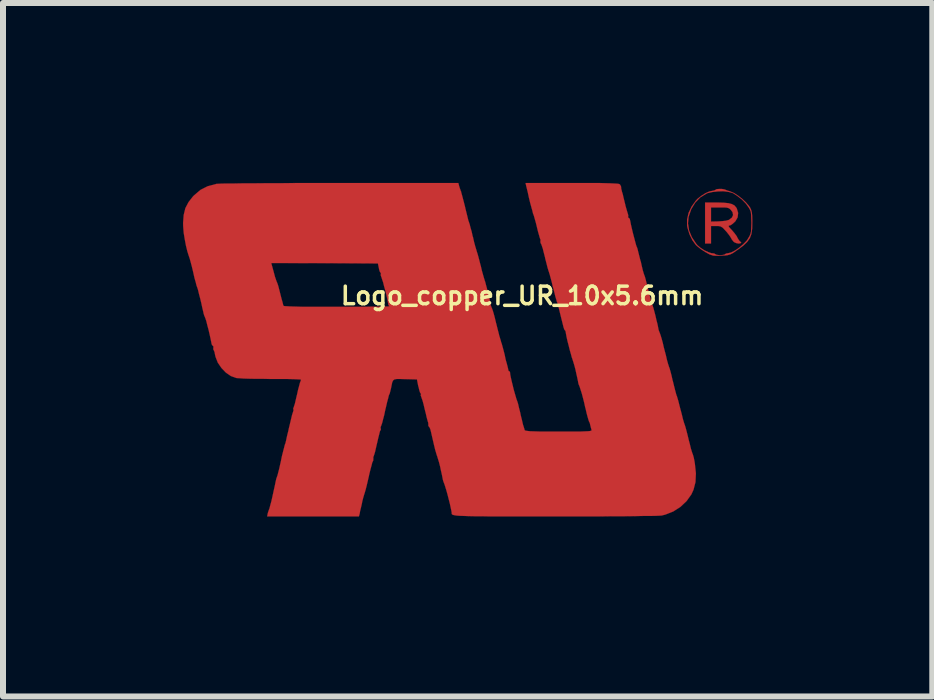
<source format=kicad_pcb>
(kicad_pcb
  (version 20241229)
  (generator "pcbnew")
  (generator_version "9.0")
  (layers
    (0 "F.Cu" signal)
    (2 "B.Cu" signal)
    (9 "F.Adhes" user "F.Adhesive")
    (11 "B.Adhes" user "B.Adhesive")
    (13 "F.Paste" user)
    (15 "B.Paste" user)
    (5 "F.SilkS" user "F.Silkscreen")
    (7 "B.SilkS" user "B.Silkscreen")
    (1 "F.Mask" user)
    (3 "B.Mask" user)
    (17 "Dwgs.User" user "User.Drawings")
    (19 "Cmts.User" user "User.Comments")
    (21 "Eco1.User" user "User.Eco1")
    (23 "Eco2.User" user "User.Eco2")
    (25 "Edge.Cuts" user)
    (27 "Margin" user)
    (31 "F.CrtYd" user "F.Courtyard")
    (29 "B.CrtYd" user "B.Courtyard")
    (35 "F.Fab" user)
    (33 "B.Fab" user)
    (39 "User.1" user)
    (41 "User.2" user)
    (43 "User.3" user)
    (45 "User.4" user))
  (footprint "Logo_copper_UR_10x5.6mm"
    (layer "F.Cu")
    (at 4.754 2.78)
    (property "Reference" "Logo_copper_UR_10x5.6mm" (at 0.9 -0.9 0) (layer "F.SilkS") (effects (font (size 0.292 0.292) (thickness 0.058))))
    (attr exclude_from_pos_files exclude_from_bom)
    (fp_poly (pts (xy 4.552 -1.788) (xy 4.539 -1.773) (xy 4.506 -1.77) (xy 4.468 -1.778) (xy 4.435 -1.793) (xy 4.425 -1.801) (xy 4.397 -1.836) (xy 4.374 -1.877) (xy 4.348 -1.915) (xy 4.31 -1.963) (xy 4.282 -1.994) (xy 4.242 -2.035) (xy 4.209 -2.055) (xy 4.173 -2.062) (xy 4.133 -2.062) (xy 4.049 -2.062) (xy 4.049 -1.918) (xy 4.049 -1.77) (xy 3.998 -1.77) (xy 3.95 -1.77) (xy 3.95 -2.113) (xy 3.95 -2.454) (xy 4.145 -2.454) (xy 4.255 -2.451) (xy 4.338 -2.443) (xy 4.397 -2.428) (xy 4.44 -2.405) (xy 4.468 -2.372) (xy 4.478 -2.357) (xy 4.501 -2.281) (xy 4.493 -2.207) (xy 4.455 -2.141) (xy 4.453 -2.139) (xy 4.417 -2.106) (xy 4.417 -2.245) (xy 4.407 -2.294) (xy 4.381 -2.329) (xy 4.361 -2.349) (xy 4.338 -2.362) (xy 4.305 -2.37) (xy 4.257 -2.372) (xy 4.196 -2.372) (xy 4.049 -2.372) (xy 4.049 -2.256) (xy 4.049 -2.136) (xy 4.176 -2.139) (xy 4.242 -2.144) (xy 4.3 -2.151) (xy 4.338 -2.162) (xy 4.343 -2.162) (xy 4.397 -2.202) (xy 4.417 -2.245) (xy 4.417 -2.106) (xy 4.415 -2.103) (xy 4.379 -2.078) (xy 4.366 -2.073) (xy 4.346 -2.068) (xy 4.343 -2.057) (xy 4.356 -2.037) (xy 4.389 -2.002) (xy 4.397 -1.994) (xy 4.44 -1.943) (xy 4.478 -1.892) (xy 4.491 -1.864) (xy 4.514 -1.826) (xy 4.531 -1.806) (xy 4.536 -1.803) (xy 4.552 -1.791) (xy 4.552 -1.788)) (stroke (width 0.003) (type solid)) (fill yes) (layer "F.Cu"))
    (fp_poly (pts (xy 4.737 -2.126) (xy 4.735 -2.017) (xy 4.722 -1.93) (xy 4.722 -1.928) (xy 4.722 -2.108) (xy 4.722 -2.121) (xy 4.719 -2.202) (xy 4.717 -2.258) (xy 4.712 -2.299) (xy 4.699 -2.332) (xy 4.681 -2.365) (xy 4.676 -2.372) (xy 4.63 -2.436) (xy 4.564 -2.504) (xy 4.488 -2.563) (xy 4.417 -2.609) (xy 4.404 -2.614) (xy 4.341 -2.631) (xy 4.255 -2.642) (xy 4.161 -2.639) (xy 4.072 -2.629) (xy 3.993 -2.611) (xy 3.975 -2.603) (xy 3.871 -2.54) (xy 3.785 -2.451) (xy 3.719 -2.342) (xy 3.675 -2.215) (xy 3.665 -2.106) (xy 3.683 -1.989) (xy 3.729 -1.877) (xy 3.8 -1.77) (xy 3.825 -1.74) (xy 3.876 -1.697) (xy 3.94 -1.656) (xy 4.006 -1.626) (xy 4.059 -1.608) (xy 4.072 -1.608) (xy 4.105 -1.603) (xy 4.12 -1.593) (xy 4.143 -1.582) (xy 4.183 -1.577) (xy 4.201 -1.575) (xy 4.247 -1.58) (xy 4.277 -1.587) (xy 4.282 -1.593) (xy 4.305 -1.605) (xy 4.331 -1.608) (xy 4.384 -1.621) (xy 4.45 -1.654) (xy 4.519 -1.702) (xy 4.587 -1.76) (xy 4.646 -1.821) (xy 4.676 -1.869) (xy 4.696 -1.905) (xy 4.709 -1.938) (xy 4.717 -1.976) (xy 4.719 -2.032) (xy 4.722 -2.108) (xy 4.722 -1.928) (xy 4.696 -1.859) (xy 4.651 -1.796) (xy 4.587 -1.735) (xy 4.498 -1.669) (xy 4.475 -1.654) (xy 4.417 -1.613) (xy 4.371 -1.59) (xy 4.328 -1.577) (xy 4.275 -1.57) (xy 4.242 -1.57) (xy 4.176 -1.567) (xy 4.12 -1.567) (xy 4.082 -1.57) (xy 4.023 -1.59) (xy 3.955 -1.628) (xy 3.884 -1.674) (xy 3.823 -1.722) (xy 3.797 -1.745) (xy 3.739 -1.824) (xy 3.691 -1.923) (xy 3.658 -2.029) (xy 3.65 -2.065) (xy 3.65 -2.172) (xy 3.675 -2.281) (xy 3.726 -2.388) (xy 3.795 -2.484) (xy 3.823 -2.515) (xy 3.886 -2.565) (xy 3.955 -2.609) (xy 4.023 -2.639) (xy 4.074 -2.649) (xy 4.107 -2.657) (xy 4.12 -2.664) (xy 4.143 -2.677) (xy 4.183 -2.68) (xy 4.232 -2.68) (xy 4.275 -2.672) (xy 4.288 -2.667) (xy 4.321 -2.654) (xy 4.369 -2.639) (xy 4.381 -2.634) (xy 4.435 -2.611) (xy 4.501 -2.568) (xy 4.569 -2.515) (xy 4.633 -2.454) (xy 4.681 -2.398) (xy 4.702 -2.367) (xy 4.719 -2.329) (xy 4.729 -2.289) (xy 4.735 -2.238) (xy 4.737 -2.164) (xy 4.737 -2.126)) (stroke (width 0.003) (type solid)) (fill yes) (layer "F.Cu"))
    (fp_poly (pts (xy 3.797 2.06) (xy 3.79 2.207) (xy 3.757 2.334) (xy 3.721 2.413) (xy 3.64 2.525) (xy 3.538 2.621) (xy 3.419 2.697) (xy 3.289 2.748) (xy 3.226 2.764) (xy 3.193 2.766) (xy 3.129 2.769) (xy 3.038 2.771) (xy 2.918 2.771) (xy 2.771 2.774) (xy 2.601 2.776) (xy 2.405 2.776) (xy 2.189 2.779) (xy 1.953 2.779) (xy 1.699 2.779) (xy 1.448 2.779) (xy 1.173 2.779) (xy 0.932 2.779) (xy 0.716 2.779) (xy 0.528 2.779) (xy 0.366 2.779) (xy 0.226 2.776) (xy 0.109 2.776) (xy 0.013 2.774) (xy -0.066 2.771) (xy -0.13 2.769) (xy -0.178 2.766) (xy -0.216 2.761) (xy -0.241 2.756) (xy -0.259 2.751) (xy -0.269 2.743) (xy -0.274 2.736) (xy -0.274 2.728) (xy -0.274 2.718) (xy -0.274 2.715) (xy -0.279 2.687) (xy -0.29 2.634) (xy -0.305 2.565) (xy -0.325 2.487) (xy -0.345 2.408) (xy -0.366 2.334) (xy -0.384 2.276) (xy -0.396 2.238) (xy -0.399 2.233) (xy -0.414 2.192) (xy -0.422 2.164) (xy -0.422 2.162) (xy -0.427 2.136) (xy -0.437 2.085) (xy -0.452 2.019) (xy -0.467 1.948) (xy -0.485 1.877) (xy -0.503 1.819) (xy -0.516 1.775) (xy -0.521 1.763) (xy -0.531 1.73) (xy -0.549 1.669) (xy -0.569 1.587) (xy -0.592 1.488) (xy -0.617 1.379) (xy -0.617 1.377) (xy -0.63 1.326) (xy -0.645 1.293) (xy -0.653 1.283) (xy -0.663 1.27) (xy -0.663 1.255) (xy -0.665 1.217) (xy -0.671 1.201) (xy -0.678 1.176) (xy -0.691 1.128) (xy -0.706 1.062) (xy -0.724 0.991) (xy -0.742 0.914) (xy -0.759 0.851) (xy -0.775 0.805) (xy -0.782 0.785) (xy -0.792 0.757) (xy -0.787 0.749) (xy -0.787 0.732) (xy -0.792 0.729) (xy -0.803 0.711) (xy -0.815 0.671) (xy -0.828 0.615) (xy -0.831 0.61) (xy -0.853 0.495) (xy -1.052 0.49) (xy -1.135 0.488) (xy -1.191 0.488) (xy -1.229 0.495) (xy -1.25 0.511) (xy -1.265 0.541) (xy -1.275 0.589) (xy -1.285 0.64) (xy -1.298 0.693) (xy -1.308 0.732) (xy -1.311 0.737) (xy -1.311 -0.724) (xy -1.331 -0.747) (xy -1.331 -0.757) (xy -1.336 -0.785) (xy -1.346 -0.838) (xy -1.361 -0.907) (xy -1.379 -0.98) (xy -1.4 -1.054) (xy -1.417 -1.123) (xy -1.435 -1.176) (xy -1.445 -1.209) (xy -1.448 -1.214) (xy -1.458 -1.245) (xy -1.455 -1.26) (xy -1.455 -1.28) (xy -1.46 -1.283) (xy -1.471 -1.298) (xy -1.483 -1.333) (xy -1.488 -1.361) (xy -1.504 -1.438) (xy -2.393 -1.443) (xy -3.282 -1.445) (xy -3.239 -1.288) (xy -3.221 -1.219) (xy -3.203 -1.166) (xy -3.19 -1.13) (xy -3.185 -1.12) (xy -3.178 -1.102) (xy -3.165 -1.062) (xy -3.155 -1.024) (xy -3.137 -0.953) (xy -3.117 -0.874) (xy -3.109 -0.843) (xy -3.094 -0.792) (xy -3.084 -0.749) (xy -3.078 -0.734) (xy -3.071 -0.729) (xy -3.048 -0.726) (xy -3.01 -0.724) (xy -2.954 -0.721) (xy -2.878 -0.719) (xy -2.776 -0.716) (xy -2.652 -0.716) (xy -2.502 -0.716) (xy -2.322 -0.716) (xy -2.182 -0.716) (xy -2.017 -0.716) (xy -1.862 -0.716) (xy -1.72 -0.716) (xy -1.595 -0.719) (xy -1.488 -0.719) (xy -1.405 -0.721) (xy -1.346 -0.721) (xy -1.316 -0.724) (xy -1.311 -0.724) (xy -1.311 0.737) (xy -1.316 0.747) (xy -1.323 0.765) (xy -1.333 0.808) (xy -1.351 0.874) (xy -1.369 0.953) (xy -1.382 1.006) (xy -1.4 1.092) (xy -1.42 1.168) (xy -1.435 1.227) (xy -1.448 1.262) (xy -1.45 1.27) (xy -1.46 1.29) (xy -1.458 1.303) (xy -1.455 1.333) (xy -1.46 1.341) (xy -1.471 1.361) (xy -1.483 1.41) (xy -1.499 1.473) (xy -1.516 1.549) (xy -1.519 1.56) (xy -1.537 1.638) (xy -1.552 1.704) (xy -1.567 1.753) (xy -1.575 1.775) (xy -1.577 1.778) (xy -1.582 1.803) (xy -1.58 1.814) (xy -1.582 1.847) (xy -1.587 1.857) (xy -1.598 1.88) (xy -1.61 1.928) (xy -1.628 1.994) (xy -1.648 2.075) (xy -1.656 2.113) (xy -1.676 2.2) (xy -1.694 2.276) (xy -1.709 2.334) (xy -1.72 2.372) (xy -1.722 2.38) (xy -1.732 2.41) (xy -1.748 2.464) (xy -1.765 2.53) (xy -1.77 2.56) (xy -1.786 2.629) (xy -1.801 2.69) (xy -1.808 2.733) (xy -1.811 2.743) (xy -1.821 2.779) (xy -2.586 2.779) (xy -3.35 2.779) (xy -3.34 2.725) (xy -3.327 2.685) (xy -3.317 2.657) (xy -3.315 2.657) (xy -3.31 2.637) (xy -3.297 2.588) (xy -3.279 2.522) (xy -3.261 2.441) (xy -3.241 2.349) (xy -3.221 2.258) (xy -3.208 2.195) (xy -3.198 2.151) (xy -3.188 2.123) (xy -3.188 2.121) (xy -3.18 2.101) (xy -3.167 2.052) (xy -3.15 1.986) (xy -3.132 1.905) (xy -3.122 1.862) (xy -3.104 1.773) (xy -3.084 1.694) (xy -3.068 1.633) (xy -3.058 1.593) (xy -3.056 1.585) (xy -3.045 1.557) (xy -3.033 1.506) (xy -3.018 1.435) (xy -2.997 1.351) (xy -2.99 1.316) (xy -2.969 1.229) (xy -2.951 1.153) (xy -2.936 1.09) (xy -2.924 1.052) (xy -2.921 1.044) (xy -2.911 1.011) (xy -2.913 0.996) (xy -2.916 0.975) (xy -2.911 0.968) (xy -2.903 0.945) (xy -2.888 0.899) (xy -2.873 0.833) (xy -2.855 0.757) (xy -2.852 0.747) (xy -2.835 0.668) (xy -2.817 0.602) (xy -2.804 0.551) (xy -2.794 0.526) (xy -2.786 0.503) (xy -2.789 0.498) (xy -2.809 0.495) (xy -2.855 0.493) (xy -2.926 0.49) (xy -3.018 0.488) (xy -3.127 0.488) (xy -3.246 0.488) (xy -3.292 0.488) (xy -3.419 0.485) (xy -3.541 0.485) (xy -3.65 0.483) (xy -3.744 0.48) (xy -3.815 0.475) (xy -3.861 0.472) (xy -3.868 0.47) (xy -3.955 0.439) (xy -4.039 0.381) (xy -4.112 0.305) (xy -4.173 0.216) (xy -4.211 0.119) (xy -4.219 0.084) (xy -4.227 0.041) (xy -4.239 0.01) (xy -4.242 0.008) (xy -4.249 -0.01) (xy -4.247 -0.03) (xy -4.247 -0.058) (xy -4.255 -0.064) (xy -4.27 -0.079) (xy -4.28 -0.112) (xy -4.28 -0.117) (xy -4.293 -0.18) (xy -4.31 -0.257) (xy -4.328 -0.335) (xy -4.348 -0.409) (xy -4.364 -0.475) (xy -4.379 -0.521) (xy -4.387 -0.541) (xy -4.399 -0.569) (xy -4.412 -0.612) (xy -4.412 -0.617) (xy -4.43 -0.693) (xy -4.448 -0.777) (xy -4.468 -0.859) (xy -4.488 -0.935) (xy -4.503 -0.998) (xy -4.516 -1.039) (xy -4.519 -1.046) (xy -4.529 -1.074) (xy -4.542 -1.128) (xy -4.562 -1.196) (xy -4.58 -1.278) (xy -4.585 -1.3) (xy -4.605 -1.384) (xy -4.625 -1.46) (xy -4.643 -1.524) (xy -4.656 -1.562) (xy -4.658 -1.567) (xy -4.681 -1.641) (xy -4.704 -1.735) (xy -4.724 -1.841) (xy -4.742 -1.951) (xy -4.75 -2.052) (xy -4.752 -2.113) (xy -4.742 -2.245) (xy -4.714 -2.36) (xy -4.661 -2.461) (xy -4.585 -2.558) (xy -4.569 -2.573) (xy -4.463 -2.664) (xy -4.343 -2.725) (xy -4.206 -2.761) (xy -4.204 -2.764) (xy -4.171 -2.766) (xy -4.107 -2.769) (xy -4.013 -2.771) (xy -3.889 -2.771) (xy -3.739 -2.774) (xy -3.559 -2.774) (xy -3.353 -2.776) (xy -3.124 -2.776) (xy -2.868 -2.779) (xy -2.591 -2.779) (xy -2.291 -2.779) (xy -2.134 -2.779) (xy -0.163 -2.779) (xy -0.152 -2.736) (xy -0.14 -2.695) (xy -0.132 -2.675) (xy -0.122 -2.644) (xy -0.119 -2.642) (xy -0.112 -2.611) (xy -0.109 -2.601) (xy -0.102 -2.576) (xy -0.089 -2.527) (xy -0.071 -2.459) (xy -0.051 -2.38) (xy -0.048 -2.365) (xy -0.028 -2.283) (xy -0.01 -2.21) (xy 0.003 -2.156) (xy 0.015 -2.123) (xy 0.015 -2.121) (xy 0.025 -2.093) (xy 0.038 -2.04) (xy 0.058 -1.971) (xy 0.076 -1.89) (xy 0.081 -1.877) (xy 0.099 -1.796) (xy 0.119 -1.722) (xy 0.135 -1.669) (xy 0.145 -1.636) (xy 0.145 -1.633) (xy 0.155 -1.605) (xy 0.17 -1.552) (xy 0.188 -1.483) (xy 0.208 -1.405) (xy 0.211 -1.397) (xy 0.229 -1.318) (xy 0.249 -1.247) (xy 0.264 -1.194) (xy 0.274 -1.163) (xy 0.274 -1.161) (xy 0.284 -1.133) (xy 0.297 -1.082) (xy 0.315 -1.016) (xy 0.333 -0.945) (xy 0.351 -0.876) (xy 0.363 -0.815) (xy 0.371 -0.775) (xy 0.373 -0.762) (xy 0.378 -0.737) (xy 0.394 -0.696) (xy 0.396 -0.693) (xy 0.409 -0.658) (xy 0.427 -0.599) (xy 0.447 -0.523) (xy 0.467 -0.439) (xy 0.47 -0.429) (xy 0.49 -0.348) (xy 0.508 -0.279) (xy 0.521 -0.226) (xy 0.531 -0.196) (xy 0.531 -0.193) (xy 0.541 -0.163) (xy 0.544 -0.152) (xy 0.551 -0.124) (xy 0.556 -0.112) (xy 0.564 -0.086) (xy 0.577 -0.038) (xy 0.594 0.025) (xy 0.61 0.089) (xy 0.625 0.163) (xy 0.643 0.226) (xy 0.655 0.272) (xy 0.66 0.292) (xy 0.668 0.325) (xy 0.668 0.335) (xy 0.676 0.356) (xy 0.681 0.356) (xy 0.696 0.368) (xy 0.699 0.381) (xy 0.701 0.409) (xy 0.711 0.46) (xy 0.726 0.526) (xy 0.744 0.599) (xy 0.762 0.673) (xy 0.782 0.742) (xy 0.798 0.798) (xy 0.808 0.831) (xy 0.81 0.836) (xy 0.818 0.856) (xy 0.833 0.904) (xy 0.848 0.97) (xy 0.869 1.052) (xy 0.876 1.09) (xy 0.897 1.173) (xy 0.914 1.247) (xy 0.932 1.303) (xy 0.942 1.339) (xy 0.945 1.344) (xy 0.958 1.349) (xy 0.988 1.354) (xy 1.034 1.359) (xy 1.102 1.361) (xy 1.196 1.364) (xy 1.316 1.364) (xy 1.463 1.364) (xy 1.514 1.364) (xy 1.664 1.364) (xy 1.783 1.364) (xy 1.875 1.364) (xy 1.946 1.361) (xy 1.994 1.359) (xy 2.027 1.356) (xy 2.047 1.351) (xy 2.057 1.346) (xy 2.057 1.339) (xy 2.057 1.336) (xy 2.047 1.3) (xy 2.037 1.26) (xy 2.027 1.219) (xy 2.014 1.194) (xy 2.007 1.173) (xy 1.994 1.128) (xy 1.976 1.062) (xy 1.958 0.983) (xy 1.951 0.958) (xy 1.933 0.876) (xy 1.915 0.805) (xy 1.9 0.749) (xy 1.892 0.719) (xy 1.89 0.714) (xy 1.88 0.683) (xy 1.877 0.673) (xy 1.869 0.648) (xy 1.857 0.612) (xy 1.841 0.574) (xy 1.836 0.551) (xy 1.831 0.523) (xy 1.821 0.475) (xy 1.806 0.409) (xy 1.791 0.338) (xy 1.773 0.269) (xy 1.755 0.208) (xy 1.742 0.168) (xy 1.737 0.152) (xy 1.727 0.124) (xy 1.714 0.074) (xy 1.694 0.005) (xy 1.676 -0.069) (xy 1.656 -0.145) (xy 1.641 -0.213) (xy 1.631 -0.267) (xy 1.626 -0.297) (xy 1.626 -0.3) (xy 1.618 -0.32) (xy 1.613 -0.323) (xy 1.603 -0.338) (xy 1.59 -0.376) (xy 1.58 -0.417) (xy 1.547 -0.549) (xy 1.521 -0.655) (xy 1.501 -0.737) (xy 1.486 -0.787) (xy 1.478 -0.803) (xy 1.471 -0.831) (xy 1.455 -0.884) (xy 1.438 -0.953) (xy 1.417 -1.034) (xy 1.412 -1.046) (xy 1.394 -1.128) (xy 1.374 -1.201) (xy 1.359 -1.257) (xy 1.349 -1.288) (xy 1.349 -1.29) (xy 1.339 -1.318) (xy 1.323 -1.372) (xy 1.306 -1.44) (xy 1.285 -1.521) (xy 1.283 -1.534) (xy 1.262 -1.615) (xy 1.245 -1.684) (xy 1.227 -1.737) (xy 1.217 -1.765) (xy 1.214 -1.765) (xy 1.204 -1.796) (xy 1.206 -1.808) (xy 1.206 -1.839) (xy 1.201 -1.847) (xy 1.194 -1.867) (xy 1.181 -1.913) (xy 1.163 -1.976) (xy 1.146 -2.047) (xy 1.128 -2.121) (xy 1.11 -2.184) (xy 1.097 -2.23) (xy 1.09 -2.25) (xy 1.079 -2.278) (xy 1.079 -2.283) (xy 1.072 -2.311) (xy 1.069 -2.324) (xy 1.062 -2.347) (xy 1.049 -2.395) (xy 1.031 -2.461) (xy 1.013 -2.537) (xy 0.996 -2.616) (xy 0.978 -2.69) (xy 0.965 -2.743) (xy 0.958 -2.779) (xy 1.732 -2.779) (xy 1.913 -2.779) (xy 2.065 -2.779) (xy 2.189 -2.779) (xy 2.291 -2.776) (xy 2.37 -2.774) (xy 2.428 -2.771) (xy 2.471 -2.769) (xy 2.502 -2.766) (xy 2.52 -2.761) (xy 2.53 -2.756) (xy 2.548 -2.725) (xy 2.55 -2.71) (xy 2.553 -2.677) (xy 2.558 -2.664) (xy 2.563 -2.639) (xy 2.578 -2.591) (xy 2.593 -2.525) (xy 2.609 -2.461) (xy 2.626 -2.39) (xy 2.644 -2.327) (xy 2.657 -2.283) (xy 2.662 -2.268) (xy 2.67 -2.238) (xy 2.667 -2.223) (xy 2.672 -2.197) (xy 2.68 -2.195) (xy 2.695 -2.182) (xy 2.697 -2.169) (xy 2.703 -2.141) (xy 2.713 -2.09) (xy 2.728 -2.024) (xy 2.746 -1.948) (xy 2.766 -1.872) (xy 2.784 -1.803) (xy 2.799 -1.748) (xy 2.809 -1.717) (xy 2.812 -1.714) (xy 2.822 -1.687) (xy 2.835 -1.633) (xy 2.852 -1.565) (xy 2.873 -1.483) (xy 2.878 -1.471) (xy 2.896 -1.389) (xy 2.913 -1.318) (xy 2.929 -1.265) (xy 2.939 -1.237) (xy 2.941 -1.234) (xy 2.949 -1.209) (xy 2.962 -1.161) (xy 2.979 -1.092) (xy 3 -1.011) (xy 3.007 -0.98) (xy 3.028 -0.899) (xy 3.045 -0.831) (xy 3.061 -0.777) (xy 3.068 -0.749) (xy 3.071 -0.747) (xy 3.078 -0.729) (xy 3.091 -0.686) (xy 3.106 -0.63) (xy 3.124 -0.561) (xy 3.139 -0.493) (xy 3.155 -0.432) (xy 3.165 -0.384) (xy 3.17 -0.356) (xy 3.175 -0.33) (xy 3.19 -0.29) (xy 3.193 -0.284) (xy 3.205 -0.251) (xy 3.223 -0.193) (xy 3.244 -0.117) (xy 3.264 -0.03) (xy 3.274 0.008) (xy 3.297 0.094) (xy 3.315 0.173) (xy 3.332 0.234) (xy 3.345 0.274) (xy 3.348 0.284) (xy 3.358 0.31) (xy 3.373 0.363) (xy 3.391 0.432) (xy 3.409 0.513) (xy 3.414 0.528) (xy 3.434 0.61) (xy 3.452 0.681) (xy 3.467 0.737) (xy 3.477 0.77) (xy 3.48 0.772) (xy 3.487 0.798) (xy 3.503 0.851) (xy 3.52 0.919) (xy 3.541 1.001) (xy 3.543 1.006) (xy 3.564 1.087) (xy 3.581 1.158) (xy 3.597 1.212) (xy 3.607 1.242) (xy 3.617 1.27) (xy 3.632 1.323) (xy 3.65 1.392) (xy 3.67 1.473) (xy 3.675 1.496) (xy 3.696 1.575) (xy 3.713 1.646) (xy 3.729 1.699) (xy 3.739 1.73) (xy 3.741 1.732) (xy 3.749 1.755) (xy 3.762 1.801) (xy 3.774 1.864) (xy 3.78 1.902) (xy 3.797 2.06)) (stroke (width 0.003) (type solid)) (fill yes) (layer "F.Cu")))
  (gr_rect
    (start -3 -3)
    (end 12.492 8.56)
    (stroke (width 0.1) (type default))
    (fill no)
    (layer "Edge.Cuts")))
</source>
